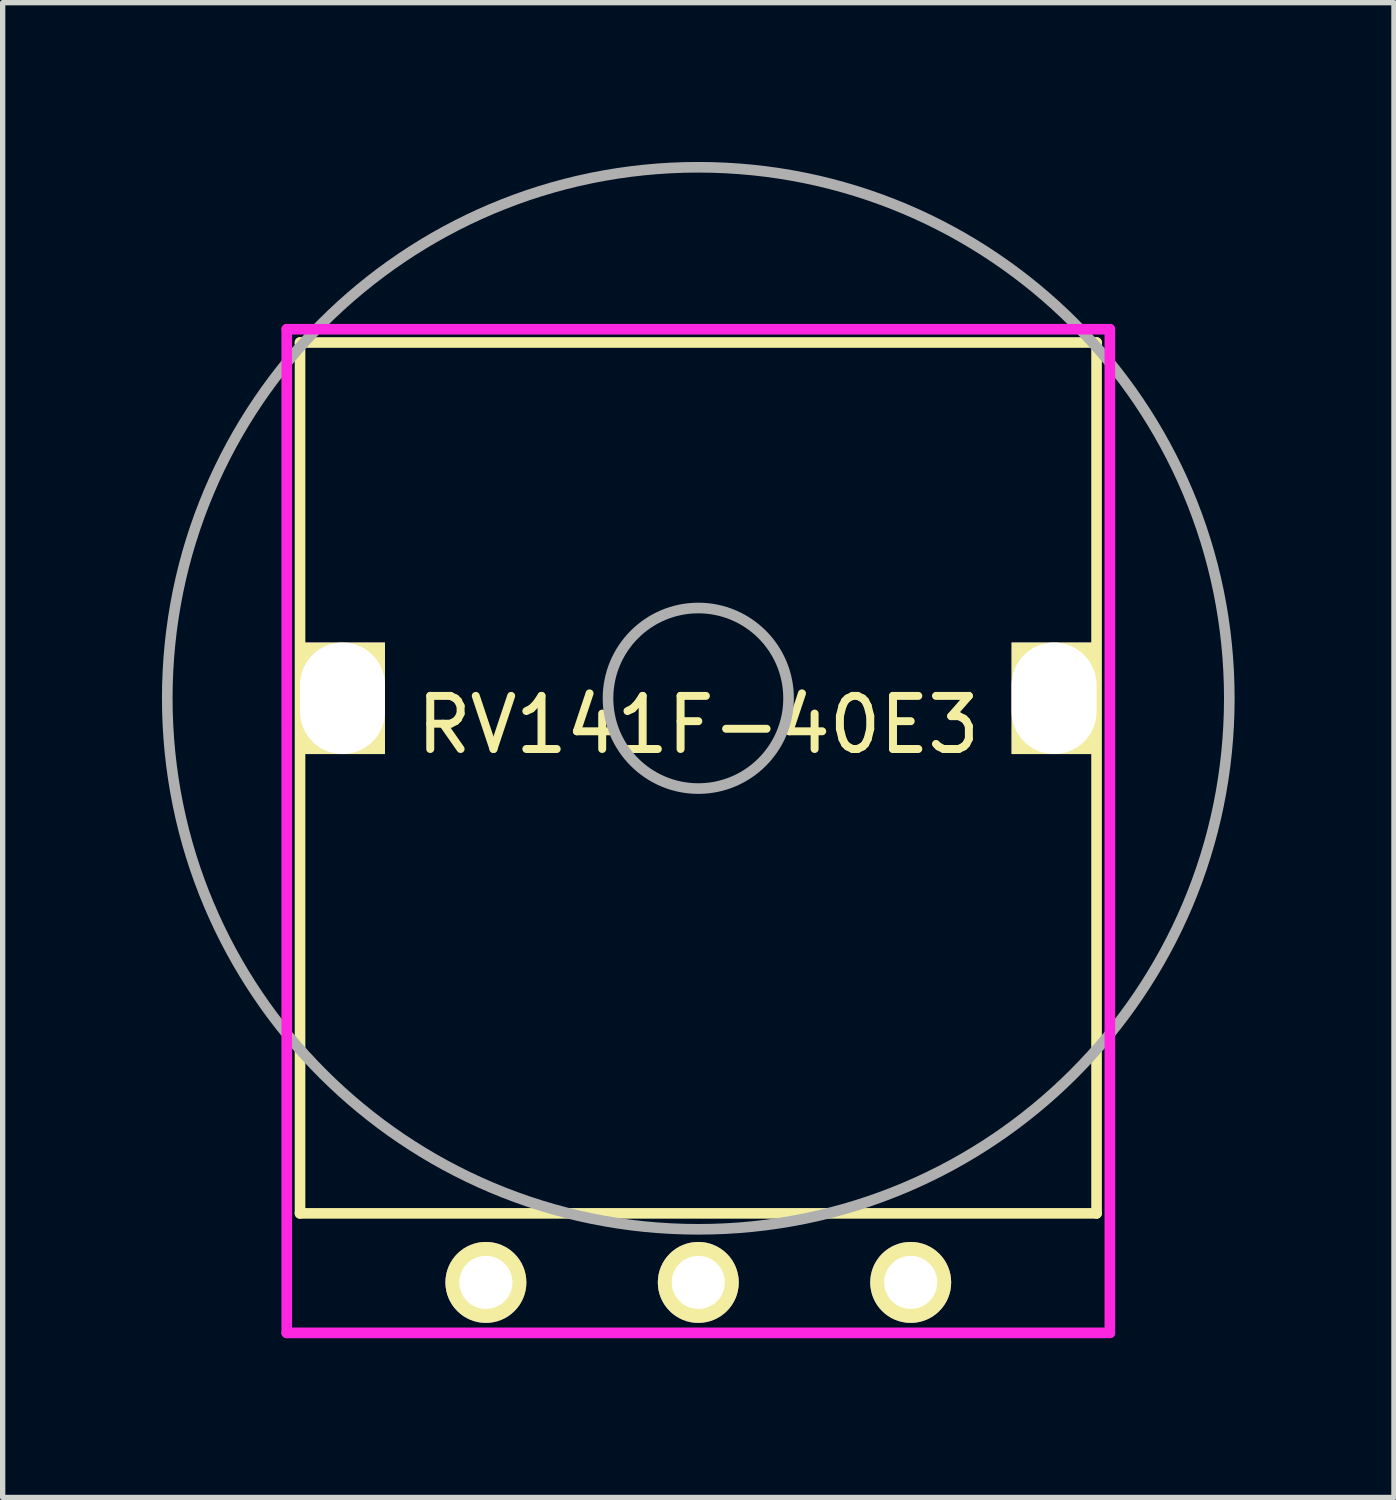
<source format=kicad_pcb>
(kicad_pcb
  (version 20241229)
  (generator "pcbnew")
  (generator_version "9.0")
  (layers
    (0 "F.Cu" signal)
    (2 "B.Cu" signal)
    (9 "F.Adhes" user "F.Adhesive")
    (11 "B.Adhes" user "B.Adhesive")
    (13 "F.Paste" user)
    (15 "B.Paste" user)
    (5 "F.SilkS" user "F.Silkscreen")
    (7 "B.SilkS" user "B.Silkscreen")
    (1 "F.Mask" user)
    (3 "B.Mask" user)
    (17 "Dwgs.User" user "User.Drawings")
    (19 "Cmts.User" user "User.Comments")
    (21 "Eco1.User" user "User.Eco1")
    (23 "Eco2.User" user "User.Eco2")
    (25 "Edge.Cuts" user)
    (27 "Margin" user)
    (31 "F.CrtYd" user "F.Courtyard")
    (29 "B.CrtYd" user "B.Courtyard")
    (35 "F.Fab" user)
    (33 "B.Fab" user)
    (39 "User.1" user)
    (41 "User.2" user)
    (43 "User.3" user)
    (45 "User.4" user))
  (footprint "RV141F-40E3"
    (layer "F.Cu")
    (at 10.1 10.1)
    (property "Reference" "RV141F-40E3" (at 0 0.5 0) (layer "F.SilkS") (effects (font (size 1 1) (thickness 0.15))))
    (attr through_hole)
    (fp_line (start -7.5 -6.7) (end -7.5 9.7) (stroke (width 0.2) (type solid)) (layer "F.SilkS"))
    (fp_line (start -7.5 -6.7) (end 7.5 -6.7) (stroke (width 0.2) (type solid)) (layer "F.SilkS"))
    (fp_line (start -7.5 9.7) (end 7.5 9.7) (stroke (width 0.2) (type solid)) (layer "F.SilkS"))
    (fp_line (start 7.5 -6.7) (end 7.5 9.7) (stroke (width 0.2) (type solid)) (layer "F.SilkS"))
    (fp_line (start -7.75 -6.95) (end -7.75 11.95) (stroke (width 0.2) (type solid)) (layer "F.CrtYd"))
    (fp_line (start -7.75 -6.95) (end 7.75 -6.95) (stroke (width 0.2) (type solid)) (layer "F.CrtYd"))
    (fp_line (start -7.75 11.95) (end 7.75 11.95) (stroke (width 0.2) (type solid)) (layer "F.CrtYd"))
    (fp_line (start 7.75 -6.95) (end 7.75 11.95) (stroke (width 0.2) (type solid)) (layer "F.CrtYd"))
    (fp_circle (center 0 0) (end 1.7 0) (stroke (width 0.2) (type solid)) (fill no) (layer "F.Fab"))
    (fp_circle (center 0 0) (end 10 0) (stroke (width 0.2) (type solid)) (fill no) (layer "F.Fab"))
    (pad "" thru_hole rect (at -6.7 0) (size 1.6 2.1) (drill oval 1.6 2.1) (layers "*.Cu" "*.Mask" "F.SilkS"))
    (pad "" thru_hole rect (at 6.7 0) (size 1.6 2.1) (drill oval 1.6 2.1) (layers "*.Cu" "*.Mask" "F.SilkS"))
    (pad "1" thru_hole circle (at -4 11) (size 1.524 1.524) (drill 1) (layers "*.Cu" "*.Mask" "F.SilkS"))
    (pad "2" thru_hole circle (at 0 11) (size 1.524 1.524) (drill 1) (layers "*.Cu" "*.Mask" "F.SilkS"))
    (pad "3" thru_hole circle (at 4 11) (size 1.524 1.524) (drill 1) (layers "*.Cu" "*.Mask" "F.SilkS")))
  (gr_rect
    (start -3 -3)
    (end 23.2 25.15)
    (stroke (width 0.1) (type default))
    (fill no)
    (layer "Edge.Cuts")))
</source>
